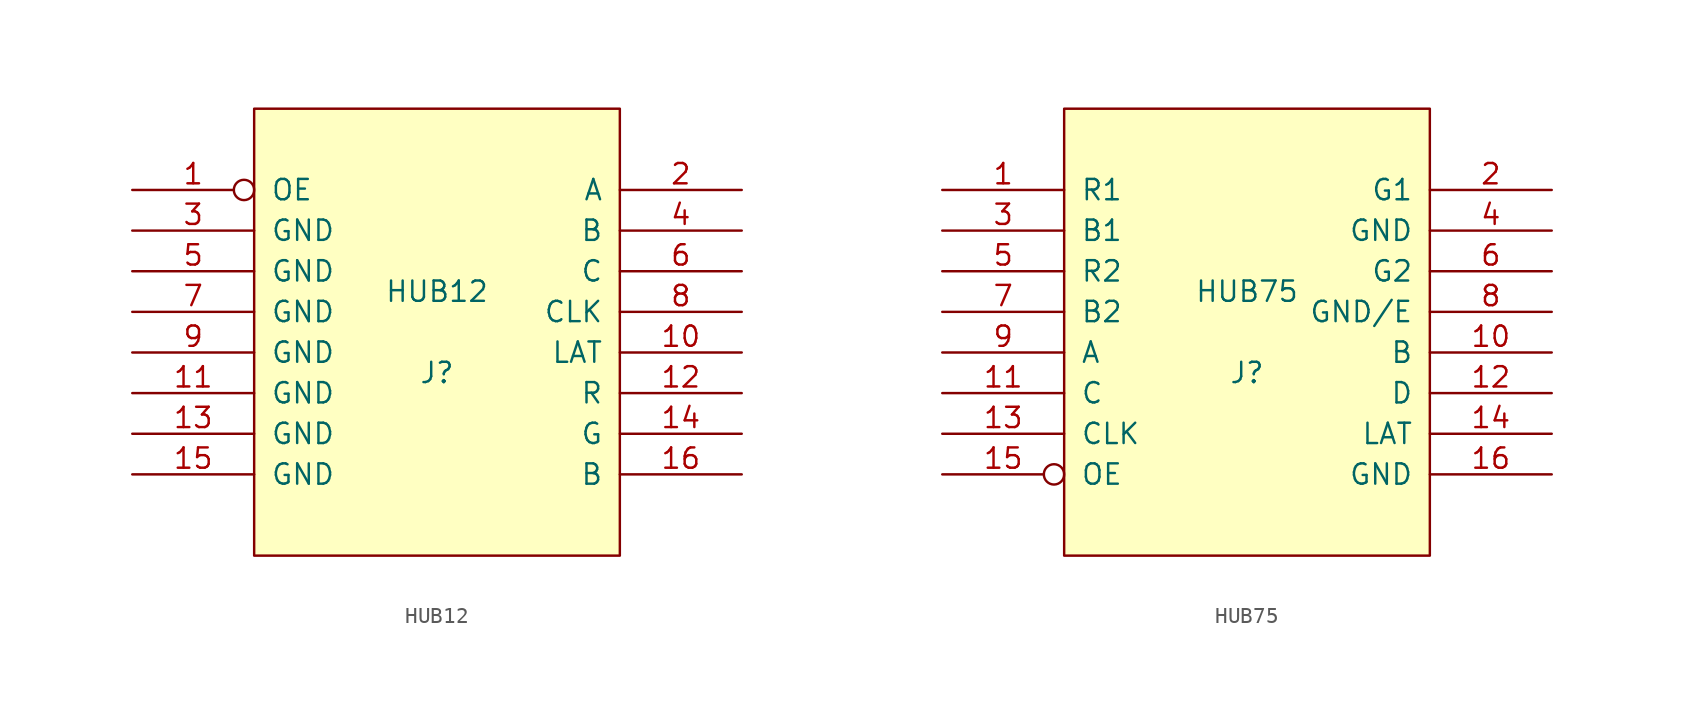
<source format=kicad_sym>
(kicad_symbol_lib
  (version 20211014)
  (generator kicad_symbol_editor)
  (symbol "HUB12"
    (pin_names
      (offset 1.016))
    (property "Reference" "J"
      (at 0 -2.54 0)
      (effects (font (size 1.27 1.27))))
    (property "Value" "HUB12"
      (at 0 2.54 0)
      (effects (font (size 1.27 1.27))))
    (symbol "HUB12_1_0"
      (rectangle (start -11.43 -13.97) (end 11.43 13.97) (stroke (width 0) (type default) (color 0 0 0 0)) (fill (type background))))
    (symbol "HUB12_1_1"
      (pin passive inverted (at -19.05 8.89 0) (length 7.62) (name "OE" (effects (font (size 1.27 1.27)))) (number "1" (effects (font (size 1.27 1.27)))))
      (pin passive line (at 19.05 -1.27 180) (length 7.62) (name "LAT" (effects (font (size 1.27 1.27)))) (number "10" (effects (font (size 1.27 1.27)))))
      (pin passive line (at -19.05 -3.81 0) (length 7.62) (name "GND" (effects (font (size 1.27 1.27)))) (number "11" (effects (font (size 1.27 1.27)))))
      (pin passive line (at 19.05 -3.81 180) (length 7.62) (name "R" (effects (font (size 1.27 1.27)))) (number "12" (effects (font (size 1.27 1.27)))))
      (pin passive line (at -19.05 -6.35 0) (length 7.62) (name "GND" (effects (font (size 1.27 1.27)))) (number "13" (effects (font (size 1.27 1.27)))))
      (pin passive line (at 19.05 -6.35 180) (length 7.62) (name "G" (effects (font (size 1.27 1.27)))) (number "14" (effects (font (size 1.27 1.27)))))
      (pin passive line (at -19.05 -8.89 0) (length 7.62) (name "GND" (effects (font (size 1.27 1.27)))) (number "15" (effects (font (size 1.27 1.27)))))
      (pin passive line (at 19.05 -8.89 180) (length 7.62) (name "B" (effects (font (size 1.27 1.27)))) (number "16" (effects (font (size 1.27 1.27)))))
      (pin passive line (at 19.05 8.89 180) (length 7.62) (name "A" (effects (font (size 1.27 1.27)))) (number "2" (effects (font (size 1.27 1.27)))))
      (pin passive line (at -19.05 6.35 0) (length 7.62) (name "GND" (effects (font (size 1.27 1.27)))) (number "3" (effects (font (size 1.27 1.27)))))
      (pin passive line (at 19.05 6.35 180) (length 7.62) (name "B" (effects (font (size 1.27 1.27)))) (number "4" (effects (font (size 1.27 1.27)))))
      (pin passive line (at -19.05 3.81 0) (length 7.62) (name "GND" (effects (font (size 1.27 1.27)))) (number "5" (effects (font (size 1.27 1.27)))))
      (pin passive line (at 19.05 3.81 180) (length 7.62) (name "C" (effects (font (size 1.27 1.27)))) (number "6" (effects (font (size 1.27 1.27)))))
      (pin passive line (at -19.05 1.27 0) (length 7.62) (name "GND" (effects (font (size 1.27 1.27)))) (number "7" (effects (font (size 1.27 1.27)))))
      (pin passive line (at 19.05 1.27 180) (length 7.62) (name "CLK" (effects (font (size 1.27 1.27)))) (number "8" (effects (font (size 1.27 1.27)))))
      (pin passive line (at -19.05 -1.27 0) (length 7.62) (name "GND" (effects (font (size 1.27 1.27)))) (number "9" (effects (font (size 1.27 1.27)))))))
  (symbol "HUB75"
    (pin_names
      (offset 1.016))
    (property "Reference" "J"
      (at 0 -2.54 0)
      (effects (font (size 1.27 1.27))))
    (property "Value" "HUB75"
      (at 0 2.54 0)
      (effects (font (size 1.27 1.27))))
    (symbol "HUB75_1_0"
      (rectangle (start -11.43 -13.97) (end 11.43 13.97) (stroke (width 0) (type default) (color 0 0 0 0)) (fill (type background))))
    (symbol "HUB75_1_1"
      (pin passive line (at -19.05 8.89 0) (length 7.62) (name "R1" (effects (font (size 1.27 1.27)))) (number "1" (effects (font (size 1.27 1.27)))))
      (pin passive line (at 19.05 -1.27 180) (length 7.62) (name "B" (effects (font (size 1.27 1.27)))) (number "10" (effects (font (size 1.27 1.27)))))
      (pin passive line (at -19.05 -3.81 0) (length 7.62) (name "C" (effects (font (size 1.27 1.27)))) (number "11" (effects (font (size 1.27 1.27)))))
      (pin passive line (at 19.05 -3.81 180) (length 7.62) (name "D" (effects (font (size 1.27 1.27)))) (number "12" (effects (font (size 1.27 1.27)))))
      (pin passive line (at -19.05 -6.35 0) (length 7.62) (name "CLK" (effects (font (size 1.27 1.27)))) (number "13" (effects (font (size 1.27 1.27)))))
      (pin passive line (at 19.05 -6.35 180) (length 7.62) (name "LAT" (effects (font (size 1.27 1.27)))) (number "14" (effects (font (size 1.27 1.27)))))
      (pin passive inverted (at -19.05 -8.89 0) (length 7.62) (name "OE" (effects (font (size 1.27 1.27)))) (number "15" (effects (font (size 1.27 1.27)))))
      (pin passive line (at 19.05 -8.89 180) (length 7.62) (name "GND" (effects (font (size 1.27 1.27)))) (number "16" (effects (font (size 1.27 1.27)))))
      (pin passive line (at 19.05 8.89 180) (length 7.62) (name "G1" (effects (font (size 1.27 1.27)))) (number "2" (effects (font (size 1.27 1.27)))))
      (pin passive line (at -19.05 6.35 0) (length 7.62) (name "B1" (effects (font (size 1.27 1.27)))) (number "3" (effects (font (size 1.27 1.27)))))
      (pin passive line (at 19.05 6.35 180) (length 7.62) (name "GND" (effects (font (size 1.27 1.27)))) (number "4" (effects (font (size 1.27 1.27)))))
      (pin passive line (at -19.05 3.81 0) (length 7.62) (name "R2" (effects (font (size 1.27 1.27)))) (number "5" (effects (font (size 1.27 1.27)))))
      (pin passive line (at 19.05 3.81 180) (length 7.62) (name "G2" (effects (font (size 1.27 1.27)))) (number "6" (effects (font (size 1.27 1.27)))))
      (pin passive line (at -19.05 1.27 0) (length 7.62) (name "B2" (effects (font (size 1.27 1.27)))) (number "7" (effects (font (size 1.27 1.27)))))
      (pin passive line (at 19.05 1.27 180) (length 7.62) (name "GND/E" (effects (font (size 1.27 1.27)))) (number "8" (effects (font (size 1.27 1.27)))))
      (pin passive line (at -19.05 -1.27 0) (length 7.62) (name "A" (effects (font (size 1.27 1.27)))) (number "9" (effects (font (size 1.27 1.27))))))))
</source>
